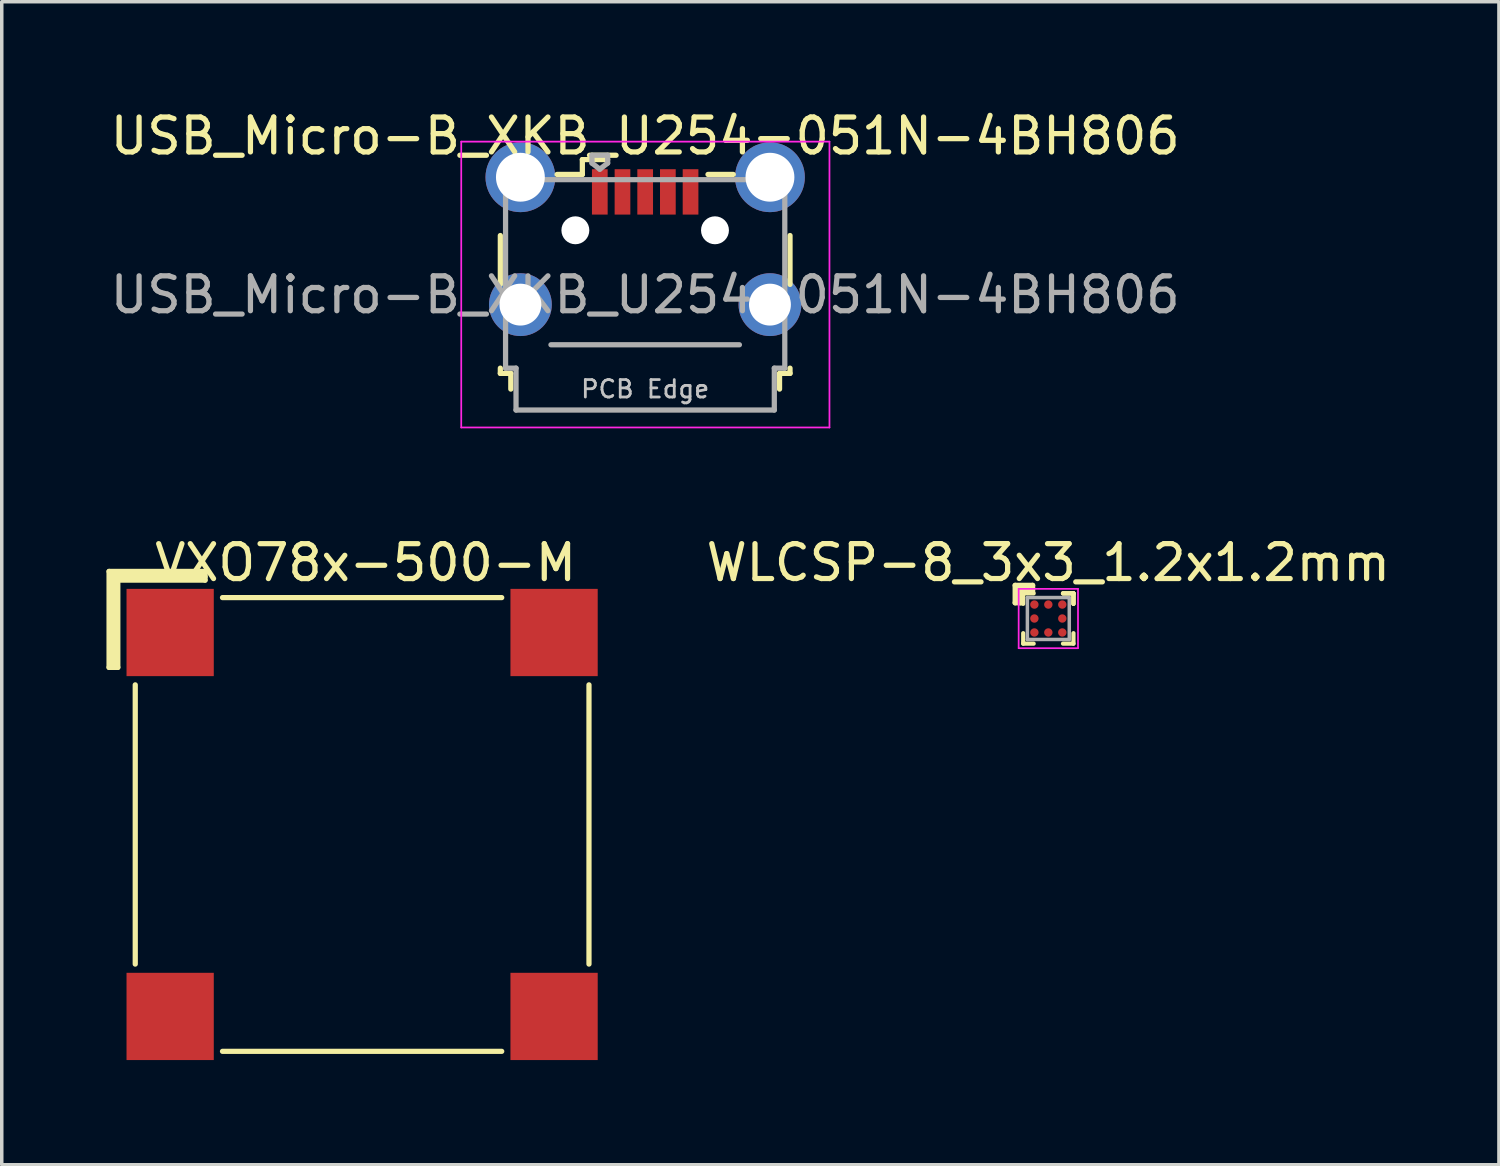
<source format=kicad_pcb>
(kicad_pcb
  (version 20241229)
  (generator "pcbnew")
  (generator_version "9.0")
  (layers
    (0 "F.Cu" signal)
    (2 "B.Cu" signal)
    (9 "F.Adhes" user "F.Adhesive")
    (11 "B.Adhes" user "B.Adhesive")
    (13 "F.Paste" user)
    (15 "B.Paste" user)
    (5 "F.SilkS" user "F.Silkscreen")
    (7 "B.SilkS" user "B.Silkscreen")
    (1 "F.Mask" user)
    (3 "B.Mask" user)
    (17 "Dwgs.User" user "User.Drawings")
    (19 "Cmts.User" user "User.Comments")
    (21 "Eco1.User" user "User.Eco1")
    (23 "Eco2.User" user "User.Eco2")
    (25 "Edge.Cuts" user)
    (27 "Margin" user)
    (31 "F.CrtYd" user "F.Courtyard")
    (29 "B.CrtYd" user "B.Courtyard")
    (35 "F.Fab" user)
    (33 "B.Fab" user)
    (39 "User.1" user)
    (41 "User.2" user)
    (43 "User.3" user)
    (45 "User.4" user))
  (footprint "VXO78x-500-M"
    (layer "F.Cu")
    (at 7.325 20.572)
    (property "Reference" "VXO78x-500-M" (at 0.1 -7.5 0) (layer "F.SilkS") (effects (font (size 1 1) (thickness 0.15))))
    (attr through_hole)
    (fp_line (start -7.25 -7.25) (end -4.5 -7.25) (stroke (width 0.15) (type solid)) (layer "F.SilkS"))
    (fp_line (start -7.25 -4.5) (end -7.25 -7.25) (stroke (width 0.15) (type solid)) (layer "F.SilkS"))
    (fp_line (start -7.25 -4.5) (end -7 -4.5) (stroke (width 0.15) (type solid)) (layer "F.SilkS"))
    (fp_line (start -7.2 -7.2) (end -7.2 -4.5) (stroke (width 0.15) (type solid)) (layer "F.SilkS"))
    (fp_line (start -7.1 -7.1) (end -4.5 -7.1) (stroke (width 0.15) (type solid)) (layer "F.SilkS"))
    (fp_line (start -7.1 -4.5) (end -7.1 -7.1) (stroke (width 0.15) (type solid)) (layer "F.SilkS"))
    (fp_line (start -7 -7) (end -7 -4.5) (stroke (width 0.15) (type solid)) (layer "F.SilkS"))
    (fp_line (start -6.5 -4) (end -6.5 4) (stroke (width 0.15) (type solid)) (layer "F.SilkS"))
    (fp_line (start -4.5 -7.25) (end -4.5 -7) (stroke (width 0.15) (type solid)) (layer "F.SilkS"))
    (fp_line (start -4.5 -7.2) (end -7.2 -7.2) (stroke (width 0.15) (type solid)) (layer "F.SilkS"))
    (fp_line (start -4.5 -7) (end -7 -7) (stroke (width 0.15) (type solid)) (layer "F.SilkS"))
    (fp_line (start -4 6.5) (end 4 6.5) (stroke (width 0.15) (type solid)) (layer "F.SilkS"))
    (fp_line (start 4 -6.5) (end -4 -6.5) (stroke (width 0.15) (type solid)) (layer "F.SilkS"))
    (fp_line (start 6.5 4) (end 6.5 -4) (stroke (width 0.15) (type solid)) (layer "F.SilkS"))
    (pad "1" smd rect (at -5.5 -5.5) (size 2.5 2.5) (layers "F.Cu" "F.Mask" "F.Paste"))
    (pad "2" smd rect (at 5.5 -5.5) (size 2.5 2.5) (layers "F.Cu" "F.Mask" "F.Paste"))
    (pad "3" smd rect (at 5.5 5.5) (size 2.5 2.5) (layers "F.Cu" "F.Mask" "F.Paste"))
    (pad "4" smd rect (at -5.5 5.5) (size 2.5 2.5) (layers "F.Cu" "F.Mask" "F.Paste")))
  (footprint "WLCSP-8_3x3_1.2x1.2mm"
    (layer "F.Cu")
    (at 26.986 14.671)
    (property "Reference" "WLCSP-8_3x3_1.2x1.2mm" (at 0 -1.6 0) (layer "F.SilkS") (effects (font (size 1 1) (thickness 0.15))))
    (attr smd)
    (fp_line (start -0.95 -0.95) (end -0.45 -0.95) (stroke (width 0.15) (type solid)) (layer "F.SilkS"))
    (fp_line (start -0.95 -0.45) (end -0.95 -0.95) (stroke (width 0.15) (type solid)) (layer "F.SilkS"))
    (fp_line (start -0.85 -0.85) (end -0.85 -0.5) (stroke (width 0.15) (type solid)) (layer "F.SilkS"))
    (fp_line (start -0.8 -0.8) (end -0.5 -0.8) (stroke (width 0.15) (type solid)) (layer "F.SilkS"))
    (fp_line (start -0.8 -0.45) (end -0.8 -0.8) (stroke (width 0.15) (type solid)) (layer "F.SilkS"))
    (fp_line (start -0.75 -0.45) (end -0.95 -0.45) (stroke (width 0.15) (type solid)) (layer "F.SilkS"))
    (fp_line (start -0.72 -0.72) (end -0.42 -0.72) (stroke (width 0.12) (type solid)) (layer "F.SilkS"))
    (fp_line (start -0.72 -0.42) (end -0.72 -0.72) (stroke (width 0.12) (type solid)) (layer "F.SilkS"))
    (fp_line (start -0.72 0.72) (end -0.72 0.42) (stroke (width 0.12) (type solid)) (layer "F.SilkS"))
    (fp_line (start -0.45 -0.95) (end -0.45 -0.75) (stroke (width 0.15) (type solid)) (layer "F.SilkS"))
    (fp_line (start -0.45 -0.85) (end -0.85 -0.85) (stroke (width 0.15) (type solid)) (layer "F.SilkS"))
    (fp_line (start -0.42 0.72) (end -0.72 0.72) (stroke (width 0.12) (type solid)) (layer "F.SilkS"))
    (fp_line (start 0.42 -0.72) (end 0.72 -0.72) (stroke (width 0.12) (type solid)) (layer "F.SilkS"))
    (fp_line (start 0.42 -0.72) (end 0.72 -0.72) (stroke (width 0.12) (type solid)) (layer "F.SilkS"))
    (fp_line (start 0.42 -0.72) (end 0.72 -0.72) (stroke (width 0.12) (type solid)) (layer "F.SilkS"))
    (fp_line (start 0.42 0.72) (end 0.72 0.72) (stroke (width 0.12) (type solid)) (layer "F.SilkS"))
    (fp_line (start 0.72 -0.72) (end 0.72 -0.42) (stroke (width 0.12) (type solid)) (layer "F.SilkS"))
    (fp_line (start 0.72 -0.72) (end 0.72 -0.42) (stroke (width 0.12) (type solid)) (layer "F.SilkS"))
    (fp_line (start 0.72 -0.72) (end 0.72 -0.42) (stroke (width 0.12) (type solid)) (layer "F.SilkS"))
    (fp_line (start 0.72 0.72) (end 0.72 0.42) (stroke (width 0.12) (type solid)) (layer "F.SilkS"))
    (fp_line (start -0.85 -0.85) (end 0.85 -0.85) (stroke (width 0.05) (type solid)) (layer "F.CrtYd"))
    (fp_line (start -0.85 0.85) (end -0.85 -0.85) (stroke (width 0.05) (type solid)) (layer "F.CrtYd"))
    (fp_line (start 0.85 -0.85) (end 0.85 0.85) (stroke (width 0.05) (type solid)) (layer "F.CrtYd"))
    (fp_line (start 0.85 0.85) (end -0.85 0.85) (stroke (width 0.05) (type solid)) (layer "F.CrtYd"))
    (fp_line (start -0.6 -0.6) (end -0.6 0.6) (stroke (width 0.1) (type solid)) (layer "F.Fab"))
    (fp_line (start -0.6 0.6) (end 0.6 0.6) (stroke (width 0.1) (type solid)) (layer "F.Fab"))
    (fp_line (start 0.6 -0.6) (end -0.6 -0.6) (stroke (width 0.1) (type solid)) (layer "F.Fab"))
    (fp_line (start 0.6 0.6) (end 0.6 -0.6) (stroke (width 0.1) (type solid)) (layer "F.Fab"))
    (pad "A1" smd circle (at -0.4 -0.4) (size 0.24 0.24) (layers "F.Cu" "F.Mask" "F.Paste"))
    (pad "A2" smd circle (at 0 -0.4) (size 0.24 0.24) (layers "F.Cu" "F.Mask" "F.Paste"))
    (pad "A3" smd circle (at 0.4 -0.4) (size 0.24 0.24) (layers "F.Cu" "F.Mask" "F.Paste"))
    (pad "B1" smd circle (at -0.4 0) (size 0.24 0.24) (layers "F.Cu" "F.Mask" "F.Paste"))
    (pad "B3" smd circle (at 0.4 0) (size 0.24 0.24) (layers "F.Cu" "F.Mask" "F.Paste"))
    (pad "C1" smd circle (at -0.4 0.4) (size 0.24 0.24) (layers "F.Cu" "F.Mask" "F.Paste"))
    (pad "C2" smd circle (at 0 0.4) (size 0.24 0.24) (layers "F.Cu" "F.Mask" "F.Paste"))
    (pad "C3" smd circle (at 0.4 0.4) (size 0.24 0.24) (layers "F.Cu" "F.Mask" "F.Paste")))
  (footprint "USB_Micro-B_XKB_U254-051N-4BH806"
    (layer "F.Cu")
    (at 15.435 3.548)
    (property "Reference" "USB_Micro-B_XKB_U254-051N-4BH806" (at 0 -2.7 0) (layer "F.SilkS") (effects (font (size 1 1) (thickness 0.15))))
    (attr smd)
    (fp_line (start -4.15 0.15) (end -4.15 1.55) (stroke (width 0.15) (type solid)) (layer "F.SilkS"))
    (fp_line (start -4.15 3.95) (end -4.15 4.1) (stroke (width 0.15) (type solid)) (layer "F.SilkS"))
    (fp_line (start -4.15 4.1) (end -3.85 4.1) (stroke (width 0.15) (type solid)) (layer "F.SilkS"))
    (fp_line (start -3.85 4.1) (end -3.85 4.55) (stroke (width 0.15) (type solid)) (layer "F.SilkS"))
    (fp_line (start -1.8 -2.025) (end -1.8 -1.6) (stroke (width 0.15) (type solid)) (layer "F.SilkS"))
    (fp_line (start -1.8 -1.6) (end -2.525 -1.6) (stroke (width 0.15) (type solid)) (layer "F.SilkS"))
    (fp_line (start -1.075 -2.025) (end -1.8 -2.025) (stroke (width 0.15) (type solid)) (layer "F.SilkS"))
    (fp_line (start 1.8 -1.6) (end 2.525 -1.6) (stroke (width 0.15) (type solid)) (layer "F.SilkS"))
    (fp_line (start 3.85 4.1) (end 4.15 4.1) (stroke (width 0.15) (type solid)) (layer "F.SilkS"))
    (fp_line (start 3.85 4.55) (end 3.85 4.1) (stroke (width 0.15) (type solid)) (layer "F.SilkS"))
    (fp_line (start 4.15 1.55) (end 4.15 0.15) (stroke (width 0.15) (type solid)) (layer "F.SilkS"))
    (fp_line (start 4.15 4.1) (end 4.15 3.95) (stroke (width 0.15) (type solid)) (layer "F.SilkS"))
    (fp_line (start -5.27 -2.54) (end -5.27 5.65) (stroke (width 0.05) (type solid)) (layer "F.CrtYd"))
    (fp_line (start -5.27 5.65) (end 5.28 5.65) (stroke (width 0.05) (type solid)) (layer "F.CrtYd"))
    (fp_line (start 5.28 -2.54) (end -5.27 -2.54) (stroke (width 0.05) (type solid)) (layer "F.CrtYd"))
    (fp_line (start 5.28 5.65) (end 5.28 -2.54) (stroke (width 0.05) (type solid)) (layer "F.CrtYd"))
    (fp_line (start -4 -1.45) (end -4 3.95) (stroke (width 0.15) (type solid)) (layer "F.Fab"))
    (fp_line (start -4 3.95) (end -3.7 3.95) (stroke (width 0.15) (type solid)) (layer "F.Fab"))
    (fp_line (start -3.7 3.95) (end -3.7 5.15) (stroke (width 0.15) (type solid)) (layer "F.Fab"))
    (fp_line (start -3.7 5.15) (end 3.7 5.15) (stroke (width 0.15) (type solid)) (layer "F.Fab"))
    (fp_line (start -2.7 3.28) (end 2.7 3.28) (stroke (width 0.15) (type solid)) (layer "F.Fab"))
    (fp_line (start -1.525 -2.15) (end -1.075 -2.15) (stroke (width 0.15) (type solid)) (layer "F.Fab"))
    (fp_line (start -1.525 -1.925) (end -1.525 -2.15) (stroke (width 0.15) (type solid)) (layer "F.Fab"))
    (fp_line (start -1.3 -1.75) (end -1.525 -1.925) (stroke (width 0.15) (type solid)) (layer "F.Fab"))
    (fp_line (start -1.075 -2.15) (end -1.075 -1.925) (stroke (width 0.15) (type solid)) (layer "F.Fab"))
    (fp_line (start -1.075 -1.925) (end -1.3 -1.75) (stroke (width 0.15) (type solid)) (layer "F.Fab"))
    (fp_line (start 3.7 3.95) (end 4 3.95) (stroke (width 0.15) (type solid)) (layer "F.Fab"))
    (fp_line (start 3.7 5.15) (end 3.7 3.95) (stroke (width 0.15) (type solid)) (layer "F.Fab"))
    (fp_line (start 4 -1.45) (end -4 -1.45) (stroke (width 0.15) (type solid)) (layer "F.Fab"))
    (fp_line (start 4 3.95) (end 4 -1.45) (stroke (width 0.15) (type solid)) (layer "F.Fab"))
    (fp_text user "PCB Edge" (at 0 4.55 0) (layer "Dwgs.User") (effects (font (size 0.5 0.5) (thickness 0.08))))
    (fp_text user "${REFERENCE}" (at 0 1.85 0) (layer "F.Fab") (effects (font (size 1 1) (thickness 0.15))))
    (pad "" np_thru_hole circle (at -2 0) (size 0.8 0.8) (drill 0.8) (layers "*.Cu" "*.Mask"))
    (pad "" np_thru_hole circle (at 2 0) (size 0.8 0.8) (drill 0.8) (layers "*.Cu" "*.Mask"))
    (pad "1" smd rect (at -1.3 -1.1) (size 0.45 1.3) (layers "F.Cu" "F.Mask" "F.Paste"))
    (pad "2" smd rect (at -0.65 -1.1) (size 0.45 1.3) (layers "F.Cu" "F.Mask" "F.Paste"))
    (pad "3" smd rect (at 0 -1.1) (size 0.45 1.3) (layers "F.Cu" "F.Mask" "F.Paste"))
    (pad "4" smd rect (at 0.65 -1.1) (size 0.45 1.3) (layers "F.Cu" "F.Mask" "F.Paste"))
    (pad "5" smd rect (at 1.3 -1.1) (size 0.45 1.3) (layers "F.Cu" "F.Mask" "F.Paste"))
    (pad "6" thru_hole circle (at -3.575 -1.52) (size 2 2) (drill 1.4) (layers "*.Cu" "*.Mask"))
    (pad "6" thru_hole circle (at -3.575 2.13) (size 1.8 1.8) (drill 1.2) (layers "*.Cu" "*.Mask"))
    (pad "6" thru_hole circle (at 3.575 -1.52) (size 2 2) (drill 1.4) (layers "*.Cu" "*.Mask"))
    (pad "6" thru_hole circle (at 3.575 2.13) (size 1.8 1.8) (drill 1.2) (layers "*.Cu" "*.Mask")))
  (gr_rect
    (start -3 -3)
    (end 39.896 30.322)
    (stroke (width 0.1) (type default))
    (fill no)
    (layer "Edge.Cuts")))
</source>
